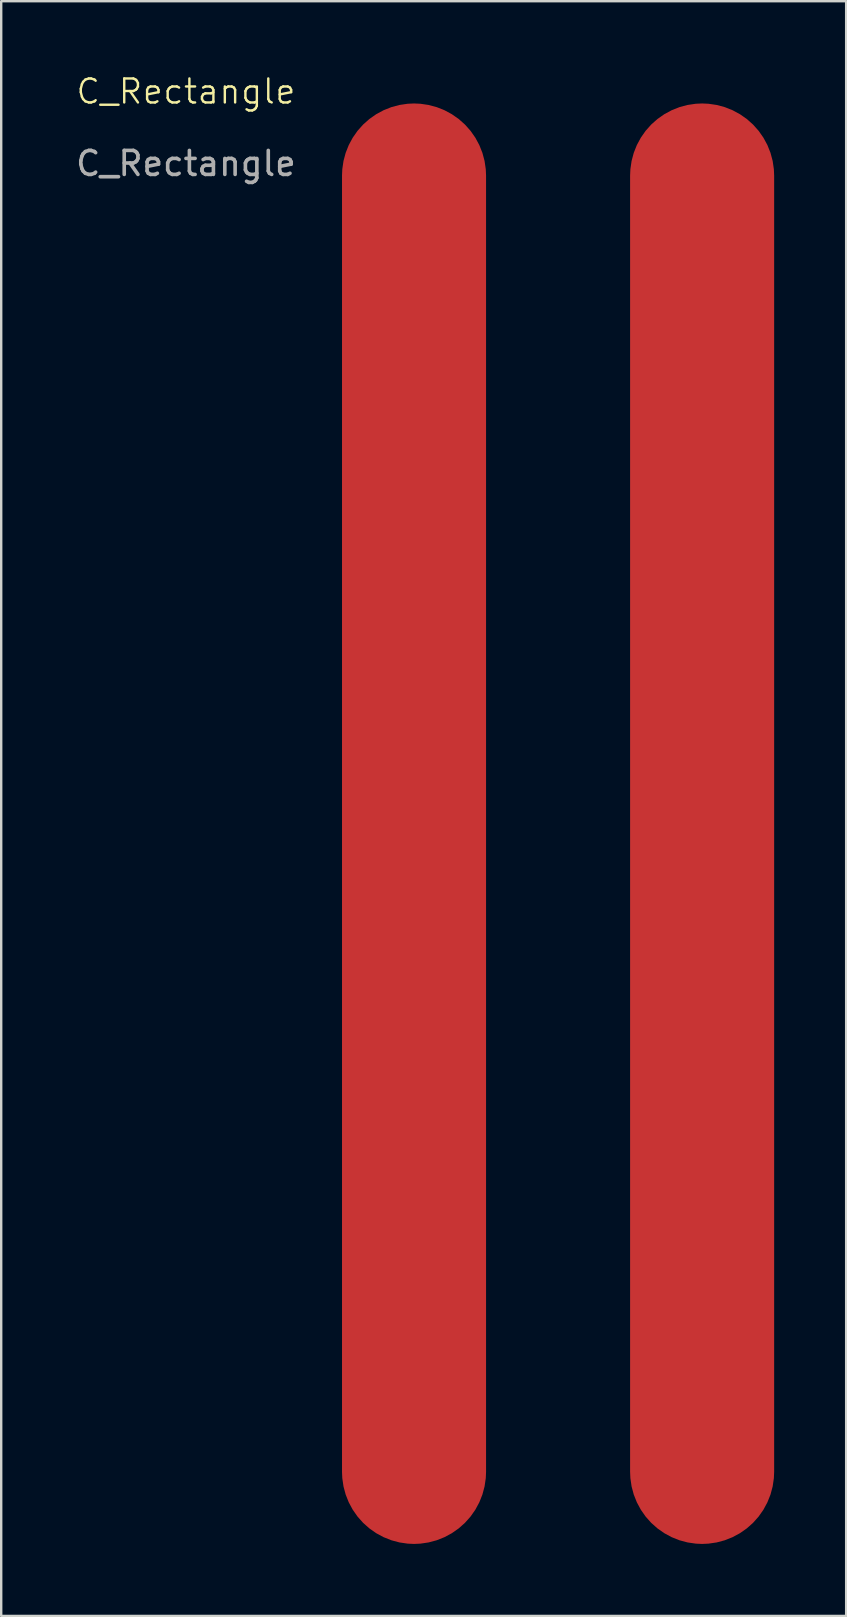
<source format=kicad_pcb>
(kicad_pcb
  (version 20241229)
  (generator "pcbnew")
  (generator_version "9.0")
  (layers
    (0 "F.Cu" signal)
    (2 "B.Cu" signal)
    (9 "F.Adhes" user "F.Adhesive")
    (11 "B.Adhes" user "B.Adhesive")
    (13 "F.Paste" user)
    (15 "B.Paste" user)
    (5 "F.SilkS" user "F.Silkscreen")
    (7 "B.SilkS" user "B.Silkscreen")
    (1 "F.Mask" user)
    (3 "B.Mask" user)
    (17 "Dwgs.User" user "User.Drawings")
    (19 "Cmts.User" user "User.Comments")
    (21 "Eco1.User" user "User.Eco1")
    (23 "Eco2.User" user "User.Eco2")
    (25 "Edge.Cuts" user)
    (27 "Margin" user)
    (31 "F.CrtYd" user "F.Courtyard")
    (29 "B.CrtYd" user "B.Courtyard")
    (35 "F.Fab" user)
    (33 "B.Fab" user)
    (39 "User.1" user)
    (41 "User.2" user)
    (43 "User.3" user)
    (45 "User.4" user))
  (footprint "C_Rectangle"
    (layer "F.Cu")
    (at 20.196 1.26)
    (property "Reference" "C_Rectangle" (at -15.5 -0.5 0) (unlocked yes) (layer "F.SilkS") (effects (font (size 1 1) (thickness 0.1))))
    (attr smd)
    (fp_text user "${REFERENCE}" (at -15.5 2.5 0) (unlocked yes) (layer "F.Fab") (effects (font (size 1 1) (thickness 0.15))))
    (pad "1" smd roundrect (at -6 30) (size 6 60) (layers "F.Cu") (roundrect_rratio 0.5))
    (pad "2" smd roundrect (at 6 30) (size 6 60) (layers "F.Cu") (roundrect_rratio 0.5)))
  (gr_rect
    (start -3 -3)
    (end 32.196 64.26)
    (stroke (width 0.1) (type default))
    (fill no)
    (layer "Edge.Cuts")))
</source>
